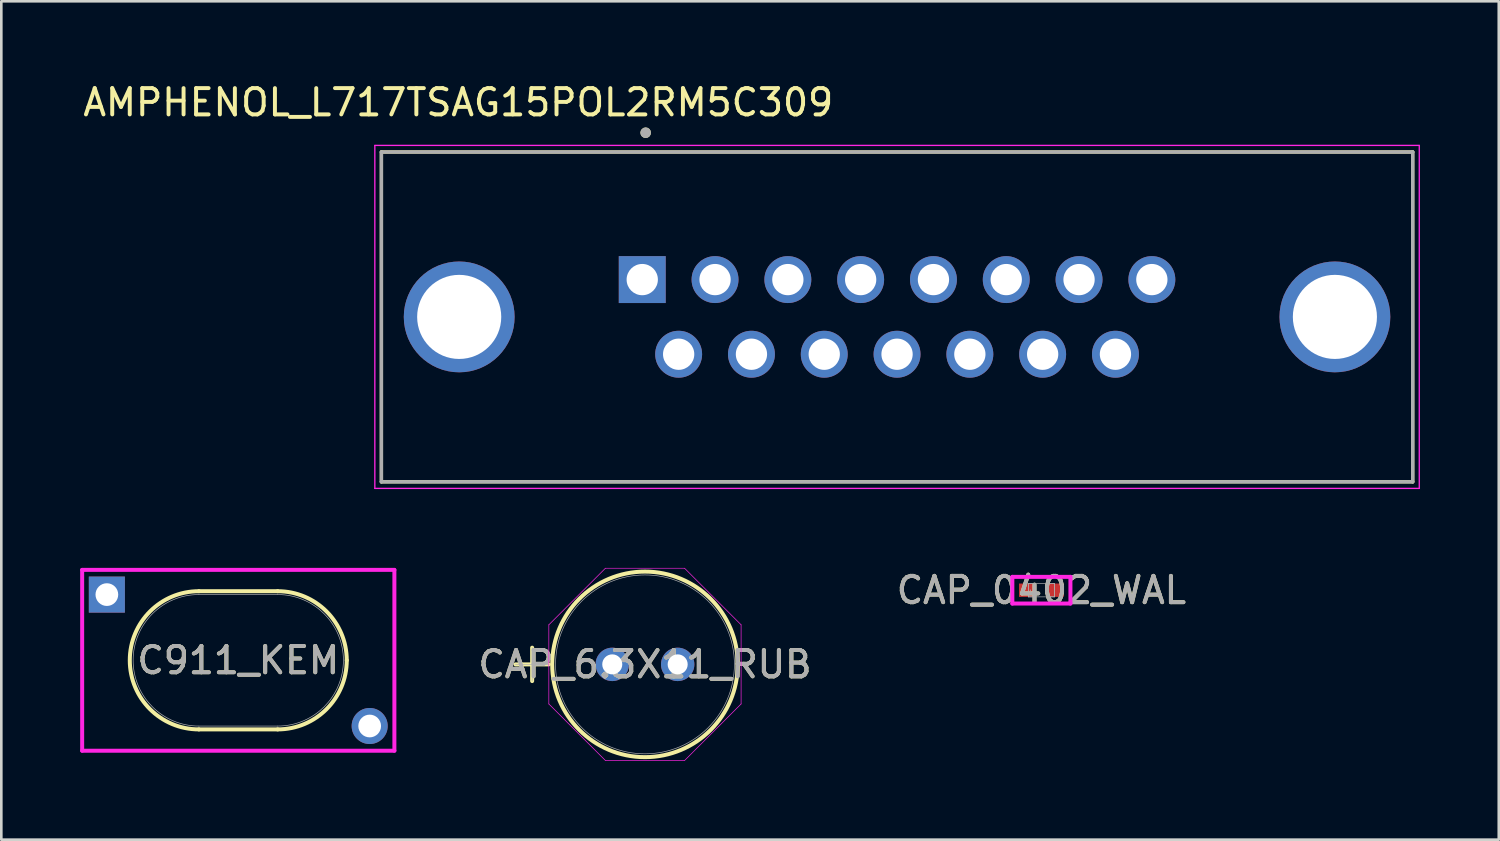
<source format=kicad_pcb>
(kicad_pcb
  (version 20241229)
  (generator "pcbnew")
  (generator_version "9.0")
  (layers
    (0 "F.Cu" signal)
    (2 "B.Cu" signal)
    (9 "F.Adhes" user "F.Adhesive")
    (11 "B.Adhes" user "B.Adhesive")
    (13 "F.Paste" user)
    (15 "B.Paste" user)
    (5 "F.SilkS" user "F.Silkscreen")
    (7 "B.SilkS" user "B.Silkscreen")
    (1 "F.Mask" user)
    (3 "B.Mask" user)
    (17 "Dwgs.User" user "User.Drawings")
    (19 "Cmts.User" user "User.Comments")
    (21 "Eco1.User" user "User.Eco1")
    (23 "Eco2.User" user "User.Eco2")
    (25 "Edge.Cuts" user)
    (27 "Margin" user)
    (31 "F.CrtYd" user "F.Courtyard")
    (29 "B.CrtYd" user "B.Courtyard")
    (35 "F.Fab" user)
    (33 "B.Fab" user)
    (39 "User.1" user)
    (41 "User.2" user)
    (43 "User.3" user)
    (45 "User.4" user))
  (footprint "AMPHENOL_L717TSAG15POL2RM5C309"
    (layer "F.Cu")
    (at 31.082 9.008)
    (property "Reference" "AMPHENOL_L717TSAG15POL2RM5C309" (at -16.695 -8.16 0) (layer "F.SilkS") (effects (font (size 1 1) (thickness 0.15))))
    (attr through_hole)
    (fp_line (start -19.62 -6.275) (end 19.62 -6.275) (stroke (width 0.127) (type solid)) (layer "F.SilkS"))
    (fp_line (start -19.62 6.275) (end -19.62 -6.275) (stroke (width 0.127) (type solid)) (layer "F.SilkS"))
    (fp_line (start 19.62 -6.275) (end 19.62 6.275) (stroke (width 0.127) (type solid)) (layer "F.SilkS"))
    (fp_line (start 19.62 6.275) (end -19.62 6.275) (stroke (width 0.127) (type solid)) (layer "F.SilkS"))
    (fp_circle (center -9.565 -7.008) (end -9.465 -7.008) (stroke (width 0.2) (type solid)) (fill no) (layer "F.SilkS"))
    (fp_line (start -19.87 -6.525) (end -19.87 6.525) (stroke (width 0.05) (type solid)) (layer "F.CrtYd"))
    (fp_line (start -19.87 6.525) (end 19.87 6.525) (stroke (width 0.05) (type solid)) (layer "F.CrtYd"))
    (fp_line (start 19.87 -6.525) (end -19.87 -6.525) (stroke (width 0.05) (type solid)) (layer "F.CrtYd"))
    (fp_line (start 19.87 6.525) (end 19.87 -6.525) (stroke (width 0.05) (type solid)) (layer "F.CrtYd"))
    (fp_line (start -19.62 -6.275) (end 19.62 -6.275) (stroke (width 0.127) (type solid)) (layer "F.Fab"))
    (fp_line (start -19.62 6.275) (end -19.62 -6.275) (stroke (width 0.127) (type solid)) (layer "F.Fab"))
    (fp_line (start 19.62 -6.275) (end 19.62 6.275) (stroke (width 0.127) (type solid)) (layer "F.Fab"))
    (fp_line (start 19.62 6.275) (end -19.62 6.275) (stroke (width 0.127) (type solid)) (layer "F.Fab"))
    (fp_circle (center -9.565 -7.008) (end -9.465 -7.008) (stroke (width 0.2) (type solid)) (fill no) (layer "F.Fab"))
    (pad "01" thru_hole rect (at -9.695 -1.42) (size 1.785 1.785) (drill 1.19) (layers "*.Cu" "*.Mask"))
    (pad "02" thru_hole circle (at -6.925 -1.42) (size 1.785 1.785) (drill 1.19) (layers "*.Cu" "*.Mask"))
    (pad "03" thru_hole circle (at -4.155 -1.42) (size 1.785 1.785) (drill 1.19) (layers "*.Cu" "*.Mask"))
    (pad "04" thru_hole circle (at -1.385 -1.42) (size 1.785 1.785) (drill 1.19) (layers "*.Cu" "*.Mask"))
    (pad "05" thru_hole circle (at 1.385 -1.42) (size 1.785 1.785) (drill 1.19) (layers "*.Cu" "*.Mask"))
    (pad "06" thru_hole circle (at 4.155 -1.42) (size 1.785 1.785) (drill 1.19) (layers "*.Cu" "*.Mask"))
    (pad "07" thru_hole circle (at 6.925 -1.42) (size 1.785 1.785) (drill 1.19) (layers "*.Cu" "*.Mask"))
    (pad "08" thru_hole circle (at 9.695 -1.42) (size 1.785 1.785) (drill 1.19) (layers "*.Cu" "*.Mask"))
    (pad "09" thru_hole circle (at -5.54 1.42) (size 1.785 1.785) (drill 1.19) (layers "*.Cu" "*.Mask"))
    (pad "10" thru_hole circle (at -8.31 1.42) (size 1.785 1.785) (drill 1.19) (layers "*.Cu" "*.Mask"))
    (pad "11" thru_hole circle (at -2.77 1.42) (size 1.785 1.785) (drill 1.19) (layers "*.Cu" "*.Mask"))
    (pad "12" thru_hole circle (at 0 1.42) (size 1.785 1.785) (drill 1.19) (layers "*.Cu" "*.Mask"))
    (pad "13" thru_hole circle (at 2.77 1.42) (size 1.785 1.785) (drill 1.19) (layers "*.Cu" "*.Mask"))
    (pad "14" thru_hole circle (at 5.54 1.42) (size 1.785 1.785) (drill 1.19) (layers "*.Cu" "*.Mask"))
    (pad "15" thru_hole circle (at 8.31 1.42) (size 1.785 1.785) (drill 1.19) (layers "*.Cu" "*.Mask"))
    (pad "S1" thru_hole circle (at -16.66 0) (size 4.216 4.216) (drill 3.2) (layers "*.Cu" "*.Mask"))
    (pad "S2" thru_hole circle (at 16.66 0) (size 4.216 4.216) (drill 3.2) (layers "*.Cu" "*.Mask")))
  (footprint "C911_KEM"
    (layer "F.Cu")
    (at 6.016 22.074)
    (property "Reference" "C911_KEM" (at 0 0 0) (unlocked yes) (layer "F.SilkS") (effects (font (size 1 1) (thickness 0.15))))
    (attr through_hole)
    (fp_line (start -1.499 -2.629) (end 1.499 -2.629) (stroke (width 0.152) (type solid)) (layer "F.SilkS"))
    (fp_line (start -1.499 2.629) (end 1.499 2.629) (stroke (width 0.152) (type solid)) (layer "F.SilkS"))
    (fp_arc (start -1.4986 2.6289) (mid -4.1275 0) (end -1.4986 -2.6289) (stroke (width 0.1524) (type solid)) (layer "F.SilkS"))
    (fp_arc (start 1.4986 -2.6289) (mid 3.357513 -1.858913) (end 4.1275 0) (stroke (width 0.1524) (type solid)) (layer "F.SilkS"))
    (fp_arc (start 4.1275 0) (mid 3.357513 1.858913) (end 1.4986 2.6289) (stroke (width 0.1524) (type solid)) (layer "F.SilkS"))
    (fp_line (start -5.94 -3.44) (end 5.94 -3.44) (stroke (width 0.152) (type solid)) (layer "F.CrtYd"))
    (fp_line (start -5.94 3.44) (end -5.94 -3.44) (stroke (width 0.152) (type solid)) (layer "F.CrtYd"))
    (fp_line (start 5.94 -3.44) (end 5.94 3.44) (stroke (width 0.152) (type solid)) (layer "F.CrtYd"))
    (fp_line (start 5.94 3.44) (end -5.94 3.44) (stroke (width 0.152) (type solid)) (layer "F.CrtYd"))
    (fp_line (start -1.499 -2.502) (end 1.499 -2.502) (stroke (width 0.025) (type solid)) (layer "F.Fab"))
    (fp_line (start -1.499 2.502) (end 1.499 2.502) (stroke (width 0.025) (type solid)) (layer "F.Fab"))
    (fp_arc (start -1.4986 2.5019) (mid -4.0005 0) (end -1.4986 -2.5019) (stroke (width 0.0254) (type solid)) (layer "F.Fab"))
    (fp_arc (start 1.4986 -2.5019) (mid 4.0005 0) (end 1.4986 2.5019) (stroke (width 0.0254) (type solid)) (layer "F.Fab"))
    (fp_text user "${REFERENCE}" (at 0 0 0) (unlocked yes) (layer "F.Fab") (effects (font (size 1 1) (thickness 0.15))))
    (pad "1" thru_hole rect (at -5 -2.5) (size 1.372 1.372) (drill 0.864) (layers "*.Cu" "*.Mask"))
    (pad "2" thru_hole circle (at 5 2.5) (size 1.372 1.372) (drill 0.864) (layers "*.Cu" "*.Mask")))
  (footprint "CAP_6.3X11_RUB"
    (layer "F.Cu")
    (at 20.246 22.229)
    (property "Reference" "CAP_6.3X11_RUB" (at 1.245 0 0) (unlocked yes) (layer "F.SilkS") (effects (font (size 1 1) (thickness 0.15))))
    (attr through_hole)
    (fp_line (start -3.683 0) (end -2.413 0) (stroke (width 0.152) (type solid)) (layer "F.SilkS"))
    (fp_line (start -3.048 -0.635) (end -3.048 0.635) (stroke (width 0.152) (type solid)) (layer "F.SilkS"))
    (fp_circle (center 1.245 0) (end 4.775 0) (stroke (width 0.152) (type solid)) (fill no) (layer "F.SilkS"))
    (fp_line (start -2.413 -1.506) (end -0.261 -3.658) (stroke (width 0.025) (type solid)) (layer "F.CrtYd"))
    (fp_line (start -2.413 1.506) (end -2.413 -1.506) (stroke (width 0.025) (type solid)) (layer "F.CrtYd"))
    (fp_line (start -0.261 -3.658) (end 2.751 -3.658) (stroke (width 0.025) (type solid)) (layer "F.CrtYd"))
    (fp_line (start -0.261 3.658) (end -2.413 1.506) (stroke (width 0.025) (type solid)) (layer "F.CrtYd"))
    (fp_line (start 2.751 -3.658) (end 4.902 -1.506) (stroke (width 0.025) (type solid)) (layer "F.CrtYd"))
    (fp_line (start 2.751 3.658) (end -0.261 3.658) (stroke (width 0.025) (type solid)) (layer "F.CrtYd"))
    (fp_line (start 4.902 -1.506) (end 4.902 1.506) (stroke (width 0.025) (type solid)) (layer "F.CrtYd"))
    (fp_line (start 4.902 1.506) (end 2.751 3.658) (stroke (width 0.025) (type solid)) (layer "F.CrtYd"))
    (fp_line (start -3.683 0) (end -2.413 0) (stroke (width 0.025) (type solid)) (layer "F.Fab"))
    (fp_line (start -3.048 -0.635) (end -3.048 0.635) (stroke (width 0.025) (type solid)) (layer "F.Fab"))
    (fp_circle (center 1.245 0) (end 4.648 0) (stroke (width 0.025) (type solid)) (fill no) (layer "F.Fab"))
    (fp_text user "${REFERENCE}" (at 1.245 0 0) (unlocked yes) (layer "F.Fab") (effects (font (size 1 1) (thickness 0.15))))
    (pad "1" thru_hole circle (at 0 0) (size 1.27 1.27) (drill 0.762) (layers "*.Cu" "*.Mask"))
    (pad "2" thru_hole circle (at 2.489 0) (size 1.27 1.27) (drill 0.762) (layers "*.Cu" "*.Mask")))
  (footprint "CAP_0402_WAL"
    (layer "F.Cu")
    (at 36.574 19.407)
    (property "Reference" "CAP_0402_WAL" (at 0 0 0) (unlocked yes) (layer "F.SilkS") (effects (font (size 1 1) (thickness 0.15))))
    (attr smd)
    (fp_line (start -1.105 -0.508) (end 1.105 -0.508) (stroke (width 0.152) (type solid)) (layer "F.CrtYd"))
    (fp_line (start -1.105 0.508) (end -1.105 -0.508) (stroke (width 0.152) (type solid)) (layer "F.CrtYd"))
    (fp_line (start 1.105 -0.508) (end 1.105 0.508) (stroke (width 0.152) (type solid)) (layer "F.CrtYd"))
    (fp_line (start 1.105 0.508) (end -1.105 0.508) (stroke (width 0.152) (type solid)) (layer "F.CrtYd"))
    (fp_line (start -0.495 -0.254) (end -0.495 0.254) (stroke (width 0.025) (type solid)) (layer "F.Fab"))
    (fp_line (start -0.495 -0.254) (end -0.495 0.254) (stroke (width 0.025) (type solid)) (layer "F.Fab"))
    (fp_line (start -0.495 0.254) (end -0.241 0.254) (stroke (width 0.025) (type solid)) (layer "F.Fab"))
    (fp_line (start -0.495 0.254) (end 0.495 0.254) (stroke (width 0.025) (type solid)) (layer "F.Fab"))
    (fp_line (start -0.241 -0.254) (end -0.495 -0.254) (stroke (width 0.025) (type solid)) (layer "F.Fab"))
    (fp_line (start -0.241 0.254) (end -0.241 -0.254) (stroke (width 0.025) (type solid)) (layer "F.Fab"))
    (fp_line (start 0.241 -0.254) (end 0.241 0.254) (stroke (width 0.025) (type solid)) (layer "F.Fab"))
    (fp_line (start 0.241 0.254) (end 0.495 0.254) (stroke (width 0.025) (type solid)) (layer "F.Fab"))
    (fp_line (start 0.495 -0.254) (end -0.495 -0.254) (stroke (width 0.025) (type solid)) (layer "F.Fab"))
    (fp_line (start 0.495 -0.254) (end 0.241 -0.254) (stroke (width 0.025) (type solid)) (layer "F.Fab"))
    (fp_line (start 0.495 0.254) (end 0.495 -0.254) (stroke (width 0.025) (type solid)) (layer "F.Fab"))
    (fp_line (start 0.495 0.254) (end 0.495 -0.254) (stroke (width 0.025) (type solid)) (layer "F.Fab"))
    (fp_circle (center -0.419 0) (end -0.419 0) (stroke (width 0.025) (type solid)) (fill no) (layer "F.Fab"))
    (fp_text user "${REFERENCE}" (at 0 0 0) (unlocked yes) (layer "F.Fab") (effects (font (size 1 1) (thickness 0.15))))
    (pad "1" smd rect (at -0.546 0) (size 0.61 0.508) (layers "F.Cu" "F.Mask" "F.Paste"))
    (pad "2" smd rect (at 0.546 0) (size 0.61 0.508) (layers "F.Cu" "F.Mask" "F.Paste"))
    (zone (net_name "") (layer "F.Cu") (hatch full 0.508) (connect_pads) (min_thickness 0.254) (filled_areas_thickness no) (keepout (tracks not_allowed) (vias not_allowed) (pads allowed) (copperpour not_allowed) (footprints allowed)) (placement (enabled no)) (fill) (polygon (pts (xy 36.383 19.203) (xy 36.764 19.203) (xy 36.764 19.61) (xy 36.383 19.61)))))
  (gr_rect
    (start -3 -3)
    (end 53.977 28.899)
    (stroke (width 0.1) (type default))
    (fill no)
    (layer "Edge.Cuts")))
</source>
